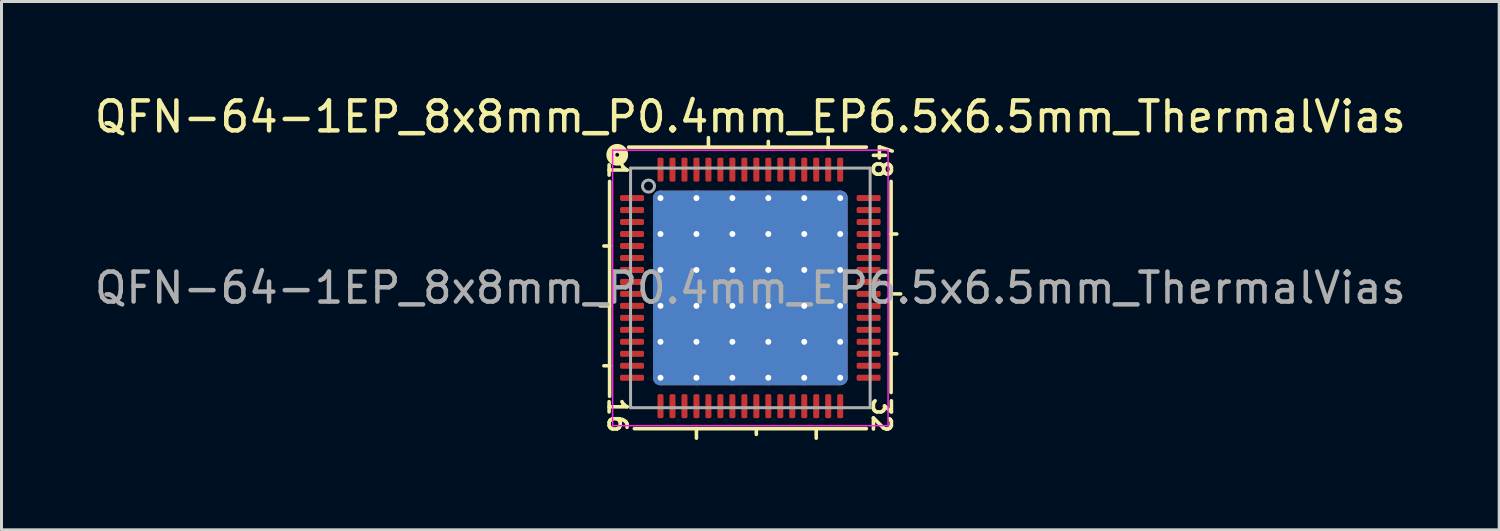
<source format=kicad_pcb>
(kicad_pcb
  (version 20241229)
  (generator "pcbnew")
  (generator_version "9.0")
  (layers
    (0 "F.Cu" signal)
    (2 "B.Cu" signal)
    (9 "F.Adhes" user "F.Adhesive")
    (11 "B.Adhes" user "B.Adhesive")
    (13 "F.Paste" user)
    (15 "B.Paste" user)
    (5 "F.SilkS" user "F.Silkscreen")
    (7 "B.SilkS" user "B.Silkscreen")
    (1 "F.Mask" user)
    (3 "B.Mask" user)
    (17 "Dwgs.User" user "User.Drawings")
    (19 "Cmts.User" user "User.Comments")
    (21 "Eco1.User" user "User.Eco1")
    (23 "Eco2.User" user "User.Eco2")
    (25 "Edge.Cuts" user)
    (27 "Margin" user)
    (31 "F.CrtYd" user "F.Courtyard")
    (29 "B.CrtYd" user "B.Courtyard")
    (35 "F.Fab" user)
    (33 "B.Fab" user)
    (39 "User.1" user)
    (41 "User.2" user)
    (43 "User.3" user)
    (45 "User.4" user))
  (footprint "QFN-64-1EP_8x8mm_P0.4mm_EP6.5x6.5mm_ThermalVias"
    (layer "F.Cu")
    (at 22.006 6.564)
    (property "Reference" "QFN-64-1EP_8x8mm_P0.4mm_EP6.5x6.5mm_ThermalVias" (at 0 -5.716 0) (layer "F.SilkS") (effects (font (size 1 1) (thickness 0.15))))
    (attr smd)
    (fp_line (start -4.7 -3.556) (end -4.7 3.619) (stroke (width 0.12) (type solid)) (layer "F.SilkS"))
    (fp_line (start -4.7 -1.4) (end -4.891 -1.4) (stroke (width 0.12) (type solid)) (layer "F.SilkS"))
    (fp_line (start -4.7 0.6) (end -5.018 0.6) (stroke (width 0.12) (type solid)) (layer "F.SilkS"))
    (fp_line (start -4.7 2.6) (end -4.891 2.6) (stroke (width 0.12) (type solid)) (layer "F.SilkS"))
    (fp_line (start -3.873 4.7) (end 3.873 4.7) (stroke (width 0.12) (type solid)) (layer "F.SilkS"))
    (fp_line (start -1.8 4.7) (end -1.8 5.018) (stroke (width 0.12) (type solid)) (layer "F.SilkS"))
    (fp_line (start -1.4 -4.7) (end -1.4 -5.018) (stroke (width 0.12) (type solid)) (layer "F.SilkS"))
    (fp_line (start 0.2 4.7) (end 0.2 4.891) (stroke (width 0.12) (type solid)) (layer "F.SilkS"))
    (fp_line (start 0.6 -4.7) (end 0.6 -4.891) (stroke (width 0.12) (type solid)) (layer "F.SilkS"))
    (fp_line (start 2.2 4.7) (end 2.2 5.018) (stroke (width 0.12) (type solid)) (layer "F.SilkS"))
    (fp_line (start 2.6 -4.7) (end 2.6 -5.018) (stroke (width 0.12) (type solid)) (layer "F.SilkS"))
    (fp_line (start 3.873 -4.7) (end -4.064 -4.7) (stroke (width 0.12) (type solid)) (layer "F.SilkS"))
    (fp_line (start 4.7 -1.8) (end 4.891 -1.8) (stroke (width 0.12) (type solid)) (layer "F.SilkS"))
    (fp_line (start 4.7 0.2) (end 5.018 0.2) (stroke (width 0.12) (type solid)) (layer "F.SilkS"))
    (fp_line (start 4.7 2.2) (end 4.891 2.2) (stroke (width 0.12) (type solid)) (layer "F.SilkS"))
    (fp_line (start 4.7 3.493) (end 4.7 -3.556) (stroke (width 0.12) (type solid)) (layer "F.SilkS"))
    (fp_circle (center -4.445 -4.445) (end -4.381 -4.445) (stroke (width 0.3) (type solid)) (fill no) (layer "F.SilkS"))
    (fp_line (start -4.6 -4.6) (end -4.6 4.6) (stroke (width 0.05) (type solid)) (layer "F.CrtYd"))
    (fp_line (start -4.6 4.6) (end 4.6 4.6) (stroke (width 0.05) (type solid)) (layer "F.CrtYd"))
    (fp_line (start 4.6 -4.6) (end -4.6 -4.6) (stroke (width 0.05) (type solid)) (layer "F.CrtYd"))
    (fp_line (start 4.6 4.6) (end 4.6 -4.6) (stroke (width 0.05) (type solid)) (layer "F.CrtYd"))
    (fp_line (start -4 -4) (end 4 -4) (stroke (width 0.1) (type solid)) (layer "F.Fab"))
    (fp_line (start -4 4) (end -4 -4) (stroke (width 0.1) (type solid)) (layer "F.Fab"))
    (fp_line (start 4 -4) (end 4 4) (stroke (width 0.1) (type solid)) (layer "F.Fab"))
    (fp_line (start 4 4) (end -4 4) (stroke (width 0.1) (type solid)) (layer "F.Fab"))
    (fp_circle (center -3.4 -3.4) (end -3.2 -3.4) (stroke (width 0.1) (type solid)) (fill no) (layer "F.Fab"))
    (fp_text user "48" (at 4.381 -4.255 270) (unlocked yes) (layer "F.SilkS") (effects (font (size 0.6 0.6) (thickness 0.12))))
    (fp_text user "16" (at -4.445 4.255 270) (unlocked yes) (layer "F.SilkS") (effects (font (size 0.6 0.6) (thickness 0.12))))
    (fp_text user "1" (at -4.445 -3.937 270) (unlocked yes) (layer "F.SilkS") (effects (font (size 0.6 0.6) (thickness 0.12))))
    (fp_text user "32" (at 4.381 4.255 270) (unlocked yes) (layer "F.SilkS") (effects (font (size 0.6 0.6) (thickness 0.12))))
    (fp_text user "${REFERENCE}" (at 0 0 0) (layer "F.Fab") (effects (font (size 1 1) (thickness 0.15))))
    (pad "" smd roundrect (at -2.4 -2.4) (size 1.007 1.007) (layers "F.Paste") (roundrect_rratio 0.248))
    (pad "" smd roundrect (at -2.4 -1.2) (size 1.007 1.007) (layers "F.Paste") (roundrect_rratio 0.248))
    (pad "" smd roundrect (at -2.4 0) (size 1.007 1.007) (layers "F.Paste") (roundrect_rratio 0.248))
    (pad "" smd roundrect (at -2.4 1.2) (size 1.007 1.007) (layers "F.Paste") (roundrect_rratio 0.248))
    (pad "" smd roundrect (at -2.4 2.4) (size 1.007 1.007) (layers "F.Paste") (roundrect_rratio 0.248))
    (pad "" smd roundrect (at -1.2 -2.4) (size 1.007 1.007) (layers "F.Paste") (roundrect_rratio 0.248))
    (pad "" smd roundrect (at -1.2 -1.2) (size 1.007 1.007) (layers "F.Paste") (roundrect_rratio 0.248))
    (pad "" smd roundrect (at -1.2 0) (size 1.007 1.007) (layers "F.Paste") (roundrect_rratio 0.248))
    (pad "" smd roundrect (at -1.2 1.2) (size 1.007 1.007) (layers "F.Paste") (roundrect_rratio 0.248))
    (pad "" smd roundrect (at -1.2 2.4) (size 1.007 1.007) (layers "F.Paste") (roundrect_rratio 0.248))
    (pad "" smd roundrect (at 0 -2.4) (size 1.007 1.007) (layers "F.Paste") (roundrect_rratio 0.248))
    (pad "" smd roundrect (at 0 -1.2) (size 1.007 1.007) (layers "F.Paste") (roundrect_rratio 0.248))
    (pad "" smd roundrect (at 0 0) (size 1.007 1.007) (layers "F.Paste") (roundrect_rratio 0.248))
    (pad "" smd roundrect (at 0 1.2) (size 1.007 1.007) (layers "F.Paste") (roundrect_rratio 0.248))
    (pad "" smd roundrect (at 0 2.4) (size 1.007 1.007) (layers "F.Paste") (roundrect_rratio 0.248))
    (pad "" smd roundrect (at 1.2 -2.4) (size 1.007 1.007) (layers "F.Paste") (roundrect_rratio 0.248))
    (pad "" smd roundrect (at 1.2 -1.2) (size 1.007 1.007) (layers "F.Paste") (roundrect_rratio 0.248))
    (pad "" smd roundrect (at 1.2 0) (size 1.007 1.007) (layers "F.Paste") (roundrect_rratio 0.248))
    (pad "" smd roundrect (at 1.2 1.2) (size 1.007 1.007) (layers "F.Paste") (roundrect_rratio 0.248))
    (pad "" smd roundrect (at 1.2 2.4) (size 1.007 1.007) (layers "F.Paste") (roundrect_rratio 0.248))
    (pad "" smd roundrect (at 2.4 -2.4) (size 1.007 1.007) (layers "F.Paste") (roundrect_rratio 0.248))
    (pad "" smd roundrect (at 2.4 -1.2) (size 1.007 1.007) (layers "F.Paste") (roundrect_rratio 0.248))
    (pad "" smd roundrect (at 2.4 0) (size 1.007 1.007) (layers "F.Paste") (roundrect_rratio 0.248))
    (pad "" smd roundrect (at 2.4 1.2) (size 1.007 1.007) (layers "F.Paste") (roundrect_rratio 0.248))
    (pad "" smd roundrect (at 2.4 2.4) (size 1.007 1.007) (layers "F.Paste") (roundrect_rratio 0.248))
    (pad "1" smd roundrect (at -3.95 -3) (size 0.8 0.2) (layers "F.Cu" "F.Mask" "F.Paste") (roundrect_rratio 0.25))
    (pad "2" smd roundrect (at -3.95 -2.6) (size 0.8 0.2) (layers "F.Cu" "F.Mask" "F.Paste") (roundrect_rratio 0.25))
    (pad "3" smd roundrect (at -3.95 -2.2) (size 0.8 0.2) (layers "F.Cu" "F.Mask" "F.Paste") (roundrect_rratio 0.25))
    (pad "4" smd roundrect (at -3.95 -1.8) (size 0.8 0.2) (layers "F.Cu" "F.Mask" "F.Paste") (roundrect_rratio 0.25))
    (pad "5" smd roundrect (at -3.95 -1.4) (size 0.8 0.2) (layers "F.Cu" "F.Mask" "F.Paste") (roundrect_rratio 0.25))
    (pad "6" smd roundrect (at -3.95 -1) (size 0.8 0.2) (layers "F.Cu" "F.Mask" "F.Paste") (roundrect_rratio 0.25))
    (pad "7" smd roundrect (at -3.95 -0.6) (size 0.8 0.2) (layers "F.Cu" "F.Mask" "F.Paste") (roundrect_rratio 0.25))
    (pad "8" smd roundrect (at -3.95 -0.2) (size 0.8 0.2) (layers "F.Cu" "F.Mask" "F.Paste") (roundrect_rratio 0.25))
    (pad "9" smd roundrect (at -3.95 0.2) (size 0.8 0.2) (layers "F.Cu" "F.Mask" "F.Paste") (roundrect_rratio 0.25))
    (pad "10" smd roundrect (at -3.95 0.6) (size 0.8 0.2) (layers "F.Cu" "F.Mask" "F.Paste") (roundrect_rratio 0.25))
    (pad "11" smd roundrect (at -3.95 1) (size 0.8 0.2) (layers "F.Cu" "F.Mask" "F.Paste") (roundrect_rratio 0.25))
    (pad "12" smd roundrect (at -3.95 1.4) (size 0.8 0.2) (layers "F.Cu" "F.Mask" "F.Paste") (roundrect_rratio 0.25))
    (pad "13" smd roundrect (at -3.95 1.8) (size 0.8 0.2) (layers "F.Cu" "F.Mask" "F.Paste") (roundrect_rratio 0.25))
    (pad "14" smd roundrect (at -3.95 2.2) (size 0.8 0.2) (layers "F.Cu" "F.Mask" "F.Paste") (roundrect_rratio 0.25))
    (pad "15" smd roundrect (at -3.95 2.6) (size 0.8 0.2) (layers "F.Cu" "F.Mask" "F.Paste") (roundrect_rratio 0.25))
    (pad "16" smd roundrect (at -3.95 3) (size 0.8 0.2) (layers "F.Cu" "F.Mask" "F.Paste") (roundrect_rratio 0.25))
    (pad "17" smd roundrect (at -3 3.95) (size 0.2 0.8) (layers "F.Cu" "F.Mask" "F.Paste") (roundrect_rratio 0.25))
    (pad "18" smd roundrect (at -2.6 3.95) (size 0.2 0.8) (layers "F.Cu" "F.Mask" "F.Paste") (roundrect_rratio 0.25))
    (pad "19" smd roundrect (at -2.2 3.95) (size 0.2 0.8) (layers "F.Cu" "F.Mask" "F.Paste") (roundrect_rratio 0.25))
    (pad "20" smd roundrect (at -1.8 3.95) (size 0.2 0.8) (layers "F.Cu" "F.Mask" "F.Paste") (roundrect_rratio 0.25))
    (pad "21" smd roundrect (at -1.4 3.95) (size 0.2 0.8) (layers "F.Cu" "F.Mask" "F.Paste") (roundrect_rratio 0.25))
    (pad "22" smd roundrect (at -1 3.95) (size 0.2 0.8) (layers "F.Cu" "F.Mask" "F.Paste") (roundrect_rratio 0.25))
    (pad "23" smd roundrect (at -0.6 3.95) (size 0.2 0.8) (layers "F.Cu" "F.Mask" "F.Paste") (roundrect_rratio 0.25))
    (pad "24" smd roundrect (at -0.2 3.95) (size 0.2 0.8) (layers "F.Cu" "F.Mask" "F.Paste") (roundrect_rratio 0.25))
    (pad "25" smd roundrect (at 0.2 3.95) (size 0.2 0.8) (layers "F.Cu" "F.Mask" "F.Paste") (roundrect_rratio 0.25))
    (pad "26" smd roundrect (at 0.6 3.95) (size 0.2 0.8) (layers "F.Cu" "F.Mask" "F.Paste") (roundrect_rratio 0.25))
    (pad "27" smd roundrect (at 1 3.95) (size 0.2 0.8) (layers "F.Cu" "F.Mask" "F.Paste") (roundrect_rratio 0.25))
    (pad "28" smd roundrect (at 1.4 3.95) (size 0.2 0.8) (layers "F.Cu" "F.Mask" "F.Paste") (roundrect_rratio 0.25))
    (pad "29" smd roundrect (at 1.8 3.95) (size 0.2 0.8) (layers "F.Cu" "F.Mask" "F.Paste") (roundrect_rratio 0.25))
    (pad "30" smd roundrect (at 2.2 3.95) (size 0.2 0.8) (layers "F.Cu" "F.Mask" "F.Paste") (roundrect_rratio 0.25))
    (pad "31" smd roundrect (at 2.6 3.95) (size 0.2 0.8) (layers "F.Cu" "F.Mask" "F.Paste") (roundrect_rratio 0.25))
    (pad "32" smd roundrect (at 3 3.95) (size 0.2 0.8) (layers "F.Cu" "F.Mask" "F.Paste") (roundrect_rratio 0.25))
    (pad "33" smd roundrect (at 3.95 3) (size 0.8 0.2) (layers "F.Cu" "F.Mask" "F.Paste") (roundrect_rratio 0.25))
    (pad "34" smd roundrect (at 3.95 2.6) (size 0.8 0.2) (layers "F.Cu" "F.Mask" "F.Paste") (roundrect_rratio 0.25))
    (pad "35" smd roundrect (at 3.95 2.2) (size 0.8 0.2) (layers "F.Cu" "F.Mask" "F.Paste") (roundrect_rratio 0.25))
    (pad "36" smd roundrect (at 3.95 1.8) (size 0.8 0.2) (layers "F.Cu" "F.Mask" "F.Paste") (roundrect_rratio 0.25))
    (pad "37" smd roundrect (at 3.95 1.4) (size 0.8 0.2) (layers "F.Cu" "F.Mask" "F.Paste") (roundrect_rratio 0.25))
    (pad "38" smd roundrect (at 3.95 1) (size 0.8 0.2) (layers "F.Cu" "F.Mask" "F.Paste") (roundrect_rratio 0.25))
    (pad "39" smd roundrect (at 3.95 0.6) (size 0.8 0.2) (layers "F.Cu" "F.Mask" "F.Paste") (roundrect_rratio 0.25))
    (pad "40" smd roundrect (at 3.95 0.2) (size 0.8 0.2) (layers "F.Cu" "F.Mask" "F.Paste") (roundrect_rratio 0.25))
    (pad "41" smd roundrect (at 3.95 -0.2) (size 0.8 0.2) (layers "F.Cu" "F.Mask" "F.Paste") (roundrect_rratio 0.25))
    (pad "42" smd roundrect (at 3.95 -0.6) (size 0.8 0.2) (layers "F.Cu" "F.Mask" "F.Paste") (roundrect_rratio 0.25))
    (pad "43" smd roundrect (at 3.95 -1) (size 0.8 0.2) (layers "F.Cu" "F.Mask" "F.Paste") (roundrect_rratio 0.25))
    (pad "44" smd roundrect (at 3.95 -1.4) (size 0.8 0.2) (layers "F.Cu" "F.Mask" "F.Paste") (roundrect_rratio 0.25))
    (pad "45" smd roundrect (at 3.95 -1.8) (size 0.8 0.2) (layers "F.Cu" "F.Mask" "F.Paste") (roundrect_rratio 0.25))
    (pad "46" smd roundrect (at 3.95 -2.2) (size 0.8 0.2) (layers "F.Cu" "F.Mask" "F.Paste") (roundrect_rratio 0.25))
    (pad "47" smd roundrect (at 3.95 -2.6) (size 0.8 0.2) (layers "F.Cu" "F.Mask" "F.Paste") (roundrect_rratio 0.25))
    (pad "48" smd roundrect (at 3.95 -3) (size 0.8 0.2) (layers "F.Cu" "F.Mask" "F.Paste") (roundrect_rratio 0.25))
    (pad "49" smd roundrect (at 3 -3.95) (size 0.2 0.8) (layers "F.Cu" "F.Mask" "F.Paste") (roundrect_rratio 0.25))
    (pad "50" smd roundrect (at 2.6 -3.95) (size 0.2 0.8) (layers "F.Cu" "F.Mask" "F.Paste") (roundrect_rratio 0.25))
    (pad "51" smd roundrect (at 2.2 -3.95) (size 0.2 0.8) (layers "F.Cu" "F.Mask" "F.Paste") (roundrect_rratio 0.25))
    (pad "52" smd roundrect (at 1.8 -3.95) (size 0.2 0.8) (layers "F.Cu" "F.Mask" "F.Paste") (roundrect_rratio 0.25))
    (pad "53" smd roundrect (at 1.4 -3.95) (size 0.2 0.8) (layers "F.Cu" "F.Mask" "F.Paste") (roundrect_rratio 0.25))
    (pad "54" smd roundrect (at 1 -3.95) (size 0.2 0.8) (layers "F.Cu" "F.Mask" "F.Paste") (roundrect_rratio 0.25))
    (pad "55" smd roundrect (at 0.6 -3.95) (size 0.2 0.8) (layers "F.Cu" "F.Mask" "F.Paste") (roundrect_rratio 0.25))
    (pad "56" smd roundrect (at 0.2 -3.95) (size 0.2 0.8) (layers "F.Cu" "F.Mask" "F.Paste") (roundrect_rratio 0.25))
    (pad "57" smd roundrect (at -0.2 -3.95) (size 0.2 0.8) (layers "F.Cu" "F.Mask" "F.Paste") (roundrect_rratio 0.25))
    (pad "58" smd roundrect (at -0.6 -3.95) (size 0.2 0.8) (layers "F.Cu" "F.Mask" "F.Paste") (roundrect_rratio 0.25))
    (pad "59" smd roundrect (at -1 -3.95) (size 0.2 0.8) (layers "F.Cu" "F.Mask" "F.Paste") (roundrect_rratio 0.25))
    (pad "60" smd roundrect (at -1.4 -3.95) (size 0.2 0.8) (layers "F.Cu" "F.Mask" "F.Paste") (roundrect_rratio 0.25))
    (pad "61" smd roundrect (at -1.8 -3.95) (size 0.2 0.8) (layers "F.Cu" "F.Mask" "F.Paste") (roundrect_rratio 0.25))
    (pad "62" smd roundrect (at -2.2 -3.95) (size 0.2 0.8) (layers "F.Cu" "F.Mask" "F.Paste") (roundrect_rratio 0.25))
    (pad "63" smd roundrect (at -2.6 -3.95) (size 0.2 0.8) (layers "F.Cu" "F.Mask" "F.Paste") (roundrect_rratio 0.25))
    (pad "64" smd roundrect (at -3 -3.95) (size 0.2 0.8) (layers "F.Cu" "F.Mask" "F.Paste") (roundrect_rratio 0.25))
    (pad "65" thru_hole circle (at -3 -3) (size 0.5 0.5) (drill 0.2) (property pad_prop_heatsink) (layers "*.Cu"))
    (pad "65" thru_hole circle (at -3 -1.8) (size 0.5 0.5) (drill 0.2) (property pad_prop_heatsink) (layers "*.Cu"))
    (pad "65" thru_hole circle (at -3 -0.6) (size 0.5 0.5) (drill 0.2) (property pad_prop_heatsink) (layers "*.Cu"))
    (pad "65" thru_hole circle (at -3 0.6) (size 0.5 0.5) (drill 0.2) (property pad_prop_heatsink) (layers "*.Cu"))
    (pad "65" thru_hole circle (at -3 1.8) (size 0.5 0.5) (drill 0.2) (property pad_prop_heatsink) (layers "*.Cu"))
    (pad "65" thru_hole circle (at -3 3) (size 0.5 0.5) (drill 0.2) (property pad_prop_heatsink) (layers "*.Cu"))
    (pad "65" thru_hole circle (at -1.8 -3) (size 0.5 0.5) (drill 0.2) (property pad_prop_heatsink) (layers "*.Cu"))
    (pad "65" thru_hole circle (at -1.8 -1.8) (size 0.5 0.5) (drill 0.2) (property pad_prop_heatsink) (layers "*.Cu"))
    (pad "65" thru_hole circle (at -1.8 -0.6) (size 0.5 0.5) (drill 0.2) (property pad_prop_heatsink) (layers "*.Cu"))
    (pad "65" thru_hole circle (at -1.8 0.6) (size 0.5 0.5) (drill 0.2) (property pad_prop_heatsink) (layers "*.Cu"))
    (pad "65" thru_hole circle (at -1.8 1.8) (size 0.5 0.5) (drill 0.2) (property pad_prop_heatsink) (layers "*.Cu"))
    (pad "65" thru_hole circle (at -1.8 3) (size 0.5 0.5) (drill 0.2) (property pad_prop_heatsink) (layers "*.Cu"))
    (pad "65" thru_hole circle (at -0.6 -3) (size 0.5 0.5) (drill 0.2) (property pad_prop_heatsink) (layers "*.Cu"))
    (pad "65" thru_hole circle (at -0.6 -1.8) (size 0.5 0.5) (drill 0.2) (property pad_prop_heatsink) (layers "*.Cu"))
    (pad "65" thru_hole circle (at -0.6 -0.6) (size 0.5 0.5) (drill 0.2) (property pad_prop_heatsink) (layers "*.Cu"))
    (pad "65" thru_hole circle (at -0.6 0.6) (size 0.5 0.5) (drill 0.2) (property pad_prop_heatsink) (layers "*.Cu"))
    (pad "65" thru_hole circle (at -0.6 1.8) (size 0.5 0.5) (drill 0.2) (property pad_prop_heatsink) (layers "*.Cu"))
    (pad "65" thru_hole circle (at -0.6 3) (size 0.5 0.5) (drill 0.2) (property pad_prop_heatsink) (layers "*.Cu"))
    (pad "65" smd roundrect (at 0 0) (size 6.5 6.5) (layers "F.Cu" "F.Mask") (roundrect_rratio 0.038))
    (pad "65" smd roundrect (at 0 0) (size 6.5 6.5) (layers "B.Cu" "B.Mask") (roundrect_rratio 0.038))
    (pad "65" thru_hole circle (at 0.6 -3) (size 0.5 0.5) (drill 0.2) (property pad_prop_heatsink) (layers "*.Cu"))
    (pad "65" thru_hole circle (at 0.6 -1.8) (size 0.5 0.5) (drill 0.2) (property pad_prop_heatsink) (layers "*.Cu"))
    (pad "65" thru_hole circle (at 0.6 -0.6) (size 0.5 0.5) (drill 0.2) (property pad_prop_heatsink) (layers "*.Cu"))
    (pad "65" thru_hole circle (at 0.6 0.6) (size 0.5 0.5) (drill 0.2) (property pad_prop_heatsink) (layers "*.Cu"))
    (pad "65" thru_hole circle (at 0.6 1.8) (size 0.5 0.5) (drill 0.2) (property pad_prop_heatsink) (layers "*.Cu"))
    (pad "65" thru_hole circle (at 0.6 3) (size 0.5 0.5) (drill 0.2) (property pad_prop_heatsink) (layers "*.Cu"))
    (pad "65" thru_hole circle (at 1.8 -3) (size 0.5 0.5) (drill 0.2) (property pad_prop_heatsink) (layers "*.Cu"))
    (pad "65" thru_hole circle (at 1.8 -1.8) (size 0.5 0.5) (drill 0.2) (property pad_prop_heatsink) (layers "*.Cu"))
    (pad "65" thru_hole circle (at 1.8 -0.6) (size 0.5 0.5) (drill 0.2) (property pad_prop_heatsink) (layers "*.Cu"))
    (pad "65" thru_hole circle (at 1.8 0.6) (size 0.5 0.5) (drill 0.2) (property pad_prop_heatsink) (layers "*.Cu"))
    (pad "65" thru_hole circle (at 1.8 1.8) (size 0.5 0.5) (drill 0.2) (property pad_prop_heatsink) (layers "*.Cu"))
    (pad "65" thru_hole circle (at 1.8 3) (size 0.5 0.5) (drill 0.2) (property pad_prop_heatsink) (layers "*.Cu"))
    (pad "65" thru_hole circle (at 3 -3) (size 0.5 0.5) (drill 0.2) (property pad_prop_heatsink) (layers "*.Cu"))
    (pad "65" thru_hole circle (at 3 -1.8) (size 0.5 0.5) (drill 0.2) (property pad_prop_heatsink) (layers "*.Cu"))
    (pad "65" thru_hole circle (at 3 -0.6) (size 0.5 0.5) (drill 0.2) (property pad_prop_heatsink) (layers "*.Cu"))
    (pad "65" thru_hole circle (at 3 0.6) (size 0.5 0.5) (drill 0.2) (property pad_prop_heatsink) (layers "*.Cu"))
    (pad "65" thru_hole circle (at 3 1.8) (size 0.5 0.5) (drill 0.2) (property pad_prop_heatsink) (layers "*.Cu"))
    (pad "65" thru_hole circle (at 3 3) (size 0.5 0.5) (drill 0.2) (property pad_prop_heatsink) (layers "*.Cu")))
  (gr_rect
    (start -3 -3)
    (end 47.012 14.642)
    (stroke (width 0.1) (type default))
    (fill no)
    (layer "Edge.Cuts")))
</source>
